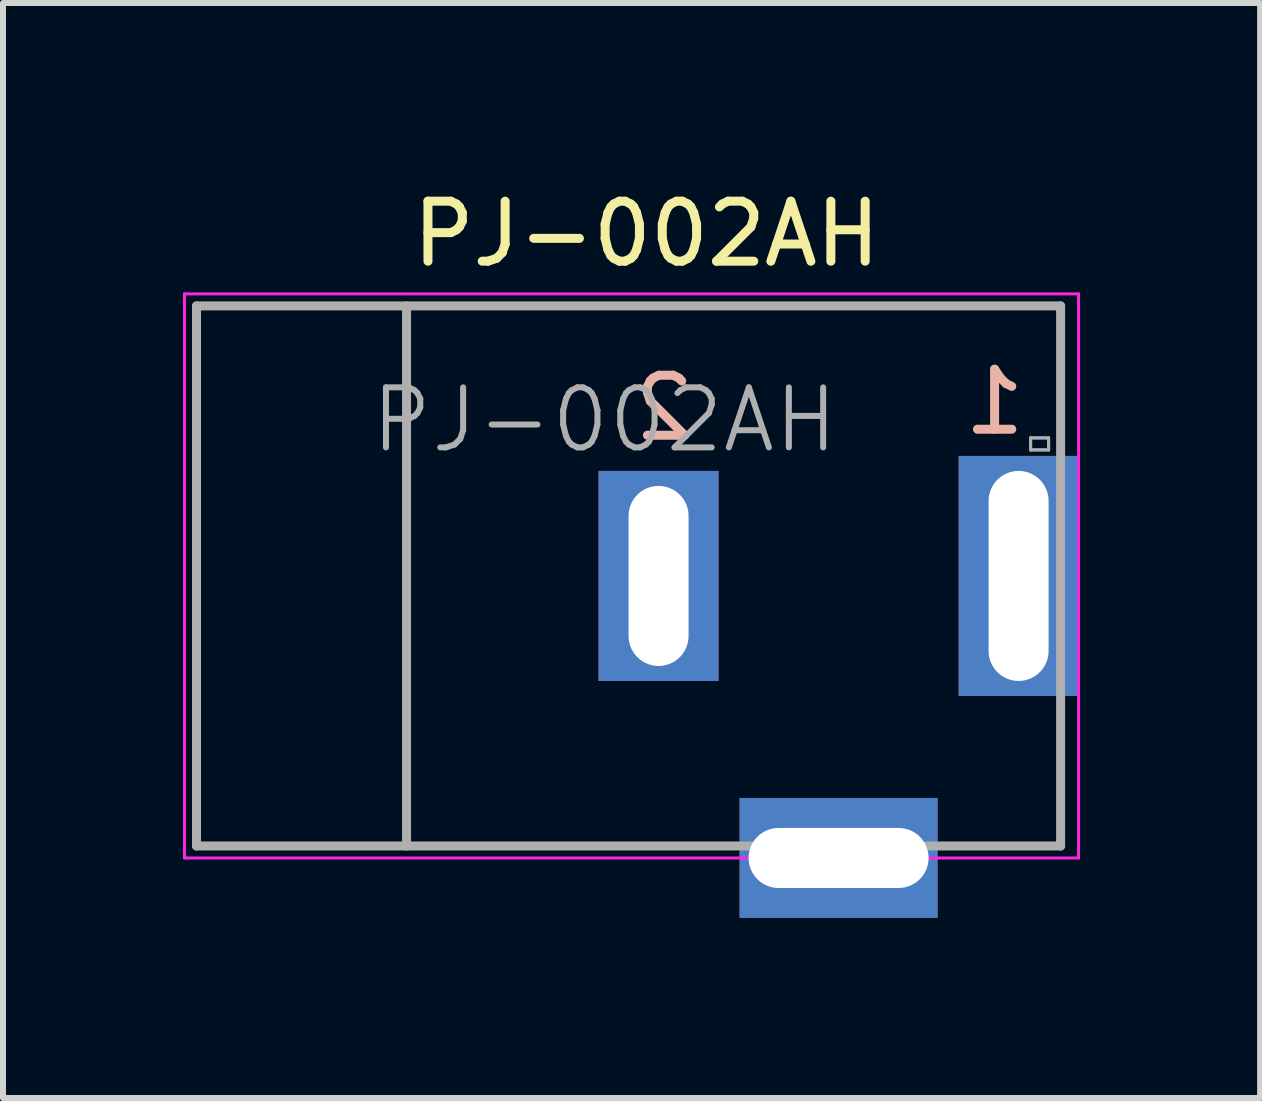
<source format=kicad_pcb>
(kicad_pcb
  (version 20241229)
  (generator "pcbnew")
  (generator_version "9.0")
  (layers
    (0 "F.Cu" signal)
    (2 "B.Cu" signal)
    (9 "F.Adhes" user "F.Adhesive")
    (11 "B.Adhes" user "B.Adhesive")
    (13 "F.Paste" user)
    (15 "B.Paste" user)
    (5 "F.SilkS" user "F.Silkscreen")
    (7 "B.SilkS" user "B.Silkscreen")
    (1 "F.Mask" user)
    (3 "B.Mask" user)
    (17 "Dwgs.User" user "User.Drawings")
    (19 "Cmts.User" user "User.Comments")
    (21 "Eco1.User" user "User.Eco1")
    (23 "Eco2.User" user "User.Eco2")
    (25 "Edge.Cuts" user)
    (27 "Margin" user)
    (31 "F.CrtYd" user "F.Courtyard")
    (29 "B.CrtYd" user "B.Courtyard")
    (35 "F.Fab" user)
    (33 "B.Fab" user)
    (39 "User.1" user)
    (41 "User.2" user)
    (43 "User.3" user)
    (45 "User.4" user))
  (footprint "PJ-002AH"
    (layer "F.Cu")
    (at 10.925 6.548)
    (property "Reference" "PJ-002AH" (at -3.2 -5.7 0) (layer "F.SilkS") (effects (font (size 1 1) (thickness 0.15))))
    (attr through_hole)
    (fp_line (start -10.9 -4.7) (end -10.9 4.7) (stroke (width 0.05) (type solid)) (layer "F.CrtYd"))
    (fp_line (start -10.9 -4.7) (end 4 -4.7) (stroke (width 0.05) (type solid)) (layer "F.CrtYd"))
    (fp_line (start -10.9 4.7) (end 4 4.7) (stroke (width 0.05) (type solid)) (layer "F.CrtYd"))
    (fp_line (start 4 -4.7) (end 4 4.7) (stroke (width 0.05) (type solid)) (layer "F.CrtYd"))
    (fp_line (start -10.7 -4.5) (end -10.7 4.5) (stroke (width 0.15) (type solid)) (layer "F.Fab"))
    (fp_line (start -10.7 4.5) (end 3.7 4.5) (stroke (width 0.15) (type solid)) (layer "F.Fab"))
    (fp_line (start -7.2 -4.5) (end -7.2 4.5) (stroke (width 0.15) (type solid)) (layer "F.Fab"))
    (fp_line (start 3.2 -2.3) (end 3.5 -2.3) (stroke (width 0.05) (type solid)) (layer "F.Fab"))
    (fp_line (start 3.2 -2.3) (end 3.5 -2.3) (stroke (width 0.05) (type solid)) (layer "F.Fab"))
    (fp_line (start 3.2 -2.1) (end 3.2 -2.3) (stroke (width 0.05) (type solid)) (layer "F.Fab"))
    (fp_line (start 3.2 -2.1) (end 3.2 -2.3) (stroke (width 0.05) (type solid)) (layer "F.Fab"))
    (fp_line (start 3.5 -2.3) (end 3.5 -2.1) (stroke (width 0.05) (type solid)) (layer "F.Fab"))
    (fp_line (start 3.5 -2.3) (end 3.5 -2.1) (stroke (width 0.05) (type solid)) (layer "F.Fab"))
    (fp_line (start 3.5 -2.1) (end 3.2 -2.1) (stroke (width 0.05) (type solid)) (layer "F.Fab"))
    (fp_line (start 3.5 -2.1) (end 3.2 -2.1) (stroke (width 0.05) (type solid)) (layer "F.Fab"))
    (fp_line (start 3.7 -4.5) (end -10.7 -4.5) (stroke (width 0.15) (type solid)) (layer "F.Fab"))
    (fp_line (start 3.7 4.5) (end 3.7 -4.5) (stroke (width 0.15) (type solid)) (layer "F.Fab"))
    (fp_text user "2" (at -2.9 -2.8 0) (layer "B.SilkS") (effects (font (size 1 1) (thickness 0.15)) (justify mirror)))
    (fp_text user "1" (at 2.6 -2.9 0) (layer "B.SilkS") (effects (font (size 1 1) (thickness 0.15)) (justify mirror)))
    (fp_text user "${REFERENCE}" (at -3.9 -2.6 0) (layer "F.Fab") (effects (font (size 1 1) (thickness 0.1))))
    (pad "1" thru_hole rect (at 3 0) (size 2 4) (drill oval 1 3.5) (layers "*.Cu" "*.Mask"))
    (pad "2" thru_hole rect (at -3 0) (size 2 3.5) (drill oval 1 3) (layers "*.Cu" "*.Mask"))
    (pad "3" thru_hole rect (at 0 4.7) (size 3.3 2) (drill oval 3 1) (layers "*.Cu" "*.Mask")))
  (gr_rect
    (start -3 -3)
    (end 17.95 15.248)
    (stroke (width 0.1) (type default))
    (fill no)
    (layer "Edge.Cuts")))
</source>
